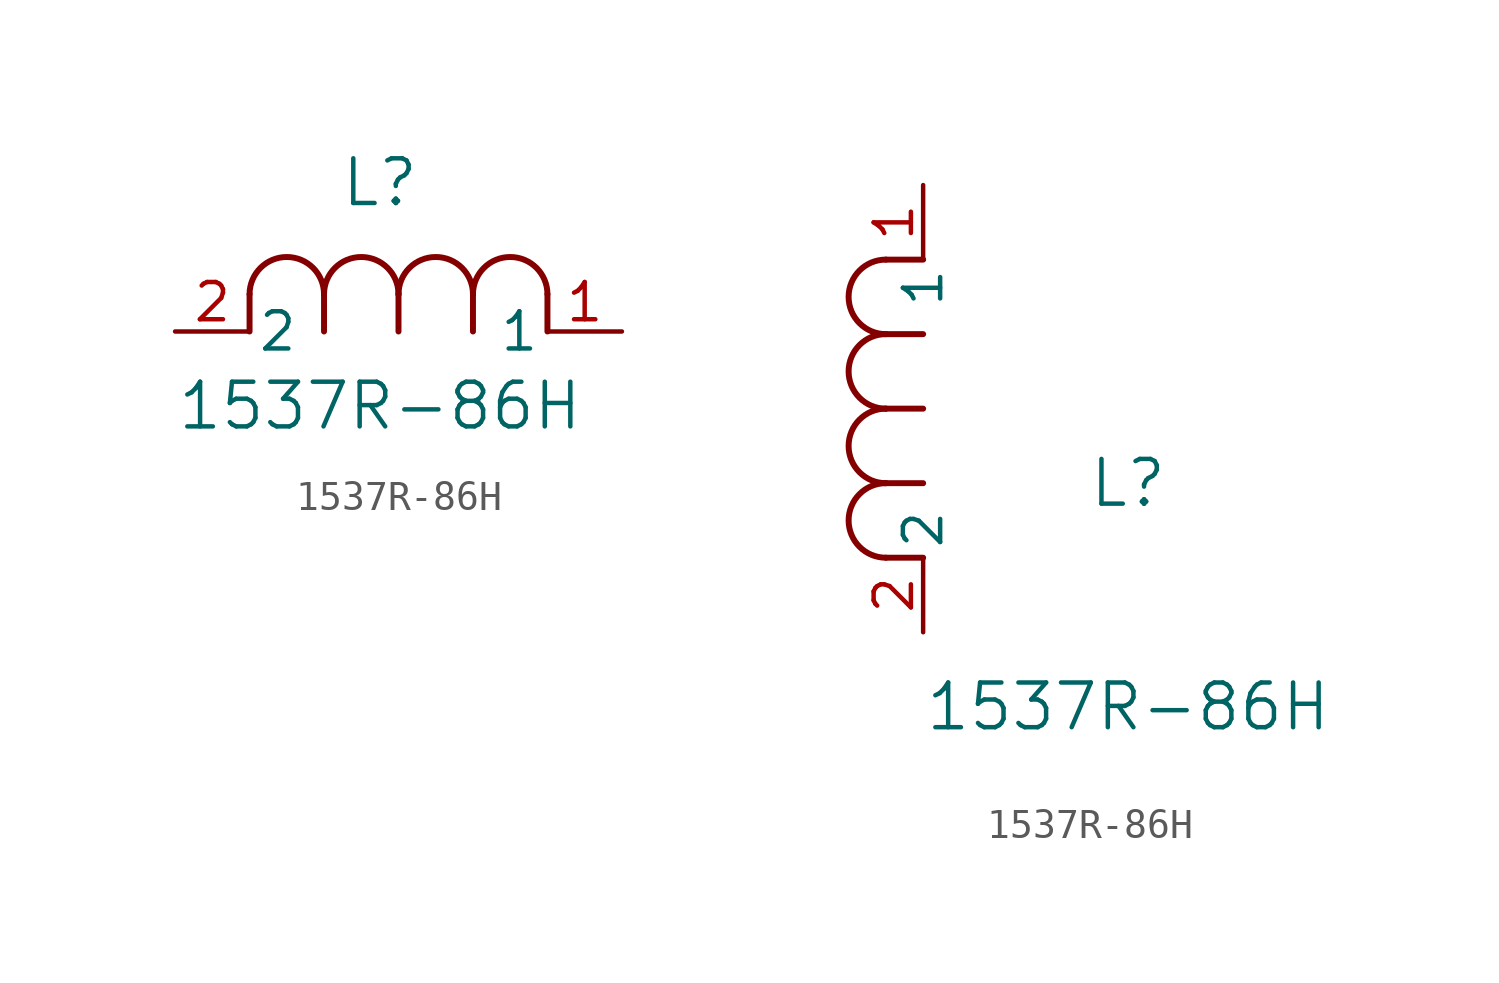
<source format=kicad_sym>
(kicad_symbol_lib
  (version 20211014)
  (generator kicad_symbol_editor)
  (symbol "1537R-86H"
    (pin_names
      (offset 0.254))
    (property "Reference" "L"
      (at 6.985 5.08 0)
      (effects (font (size 1.524 1.524))))
    (property "Value" "1537R-86H"
      (at 6.985 -2.54 0)
      (effects (font (size 1.524 1.524))))
    (symbol "1537R-86H_1_1"
      (arc (start 7.62 1.27) (mid 6.35 2.54) (end 5.08 1.27) (stroke (width 0.2032) (type default) (color 0 0 0 0)) (fill (type none)))
      (polyline (pts (xy 5.08 0) (xy 5.08 1.27)) (stroke (width 0.203) (type default) (color 0 0 0 0)) (fill (type none)))
      (polyline (pts (xy 7.62 0) (xy 7.62 1.27)) (stroke (width 0.203) (type default) (color 0 0 0 0)) (fill (type none)))
      (polyline (pts (xy 12.7 0) (xy 12.7 1.27)) (stroke (width 0.203) (type default) (color 0 0 0 0)) (fill (type none)))
      (arc (start 5.08 1.27) (mid 3.81 2.54) (end 2.54 1.27) (stroke (width 0.2032) (type default) (color 0 0 0 0)) (fill (type none)))
      (arc (start 10.16 1.27) (mid 8.89 2.54) (end 7.62 1.27) (stroke (width 0.2032) (type default) (color 0 0 0 0)) (fill (type none)))
      (arc (start 12.7 1.27) (mid 11.43 2.54) (end 10.16 1.27) (stroke (width 0.2032) (type default) (color 0 0 0 0)) (fill (type none)))
      (polyline (pts (xy 2.54 0) (xy 2.54 1.27)) (stroke (width 0.203) (type default) (color 0 0 0 0)) (fill (type none)))
      (polyline (pts (xy 10.16 0) (xy 10.16 1.27)) (stroke (width 0.203) (type default) (color 0 0 0 0)) (fill (type none)))
      (pin unspecified line (at 0 0 0) (length 2.54) (name "2" (effects (font (size 1.27 1.27)))) (number "2" (effects (font (size 1.27 1.27)))))
      (pin unspecified line (at 15.24 0 180) (length 2.54) (name "1" (effects (font (size 1.27 1.27)))) (number "1" (effects (font (size 1.27 1.27))))))
    (symbol "1537R-86H_1_2"
      (arc (start -1.27 7.62) (mid -2.54 6.35) (end -1.27 5.08) (stroke (width 0.2032) (type default) (color 0 0 0 0)) (fill (type none)))
      (arc (start -1.27 5.08) (mid -2.54 3.81) (end -1.27 2.54) (stroke (width 0.2032) (type default) (color 0 0 0 0)) (fill (type none)))
      (arc (start -1.27 12.7) (mid -2.54 11.43) (end -1.27 10.16) (stroke (width 0.2032) (type default) (color 0 0 0 0)) (fill (type none)))
      (arc (start -1.27 10.16) (mid -2.54 8.89) (end -1.27 7.62) (stroke (width 0.2032) (type default) (color 0 0 0 0)) (fill (type none)))
      (polyline (pts (xy 0 7.62) (xy -1.27 7.62)) (stroke (width 0.203) (type default) (color 0 0 0 0)) (fill (type none)))
      (polyline (pts (xy 0 5.08) (xy -1.27 5.08)) (stroke (width 0.203) (type default) (color 0 0 0 0)) (fill (type none)))
      (polyline (pts (xy 0 12.7) (xy -1.27 12.7)) (stroke (width 0.203) (type default) (color 0 0 0 0)) (fill (type none)))
      (polyline (pts (xy 0 2.54) (xy -1.27 2.54)) (stroke (width 0.203) (type default) (color 0 0 0 0)) (fill (type none)))
      (polyline (pts (xy 0 10.16) (xy -1.27 10.16)) (stroke (width 0.203) (type default) (color 0 0 0 0)) (fill (type none)))
      (pin unspecified line (at 0 0 90) (length 2.54) (name "2" (effects (font (size 1.27 1.27)))) (number "2" (effects (font (size 1.27 1.27)))))
      (pin unspecified line (at 0 15.24 270) (length 2.54) (name "1" (effects (font (size 1.27 1.27)))) (number "1" (effects (font (size 1.27 1.27))))))))
</source>
